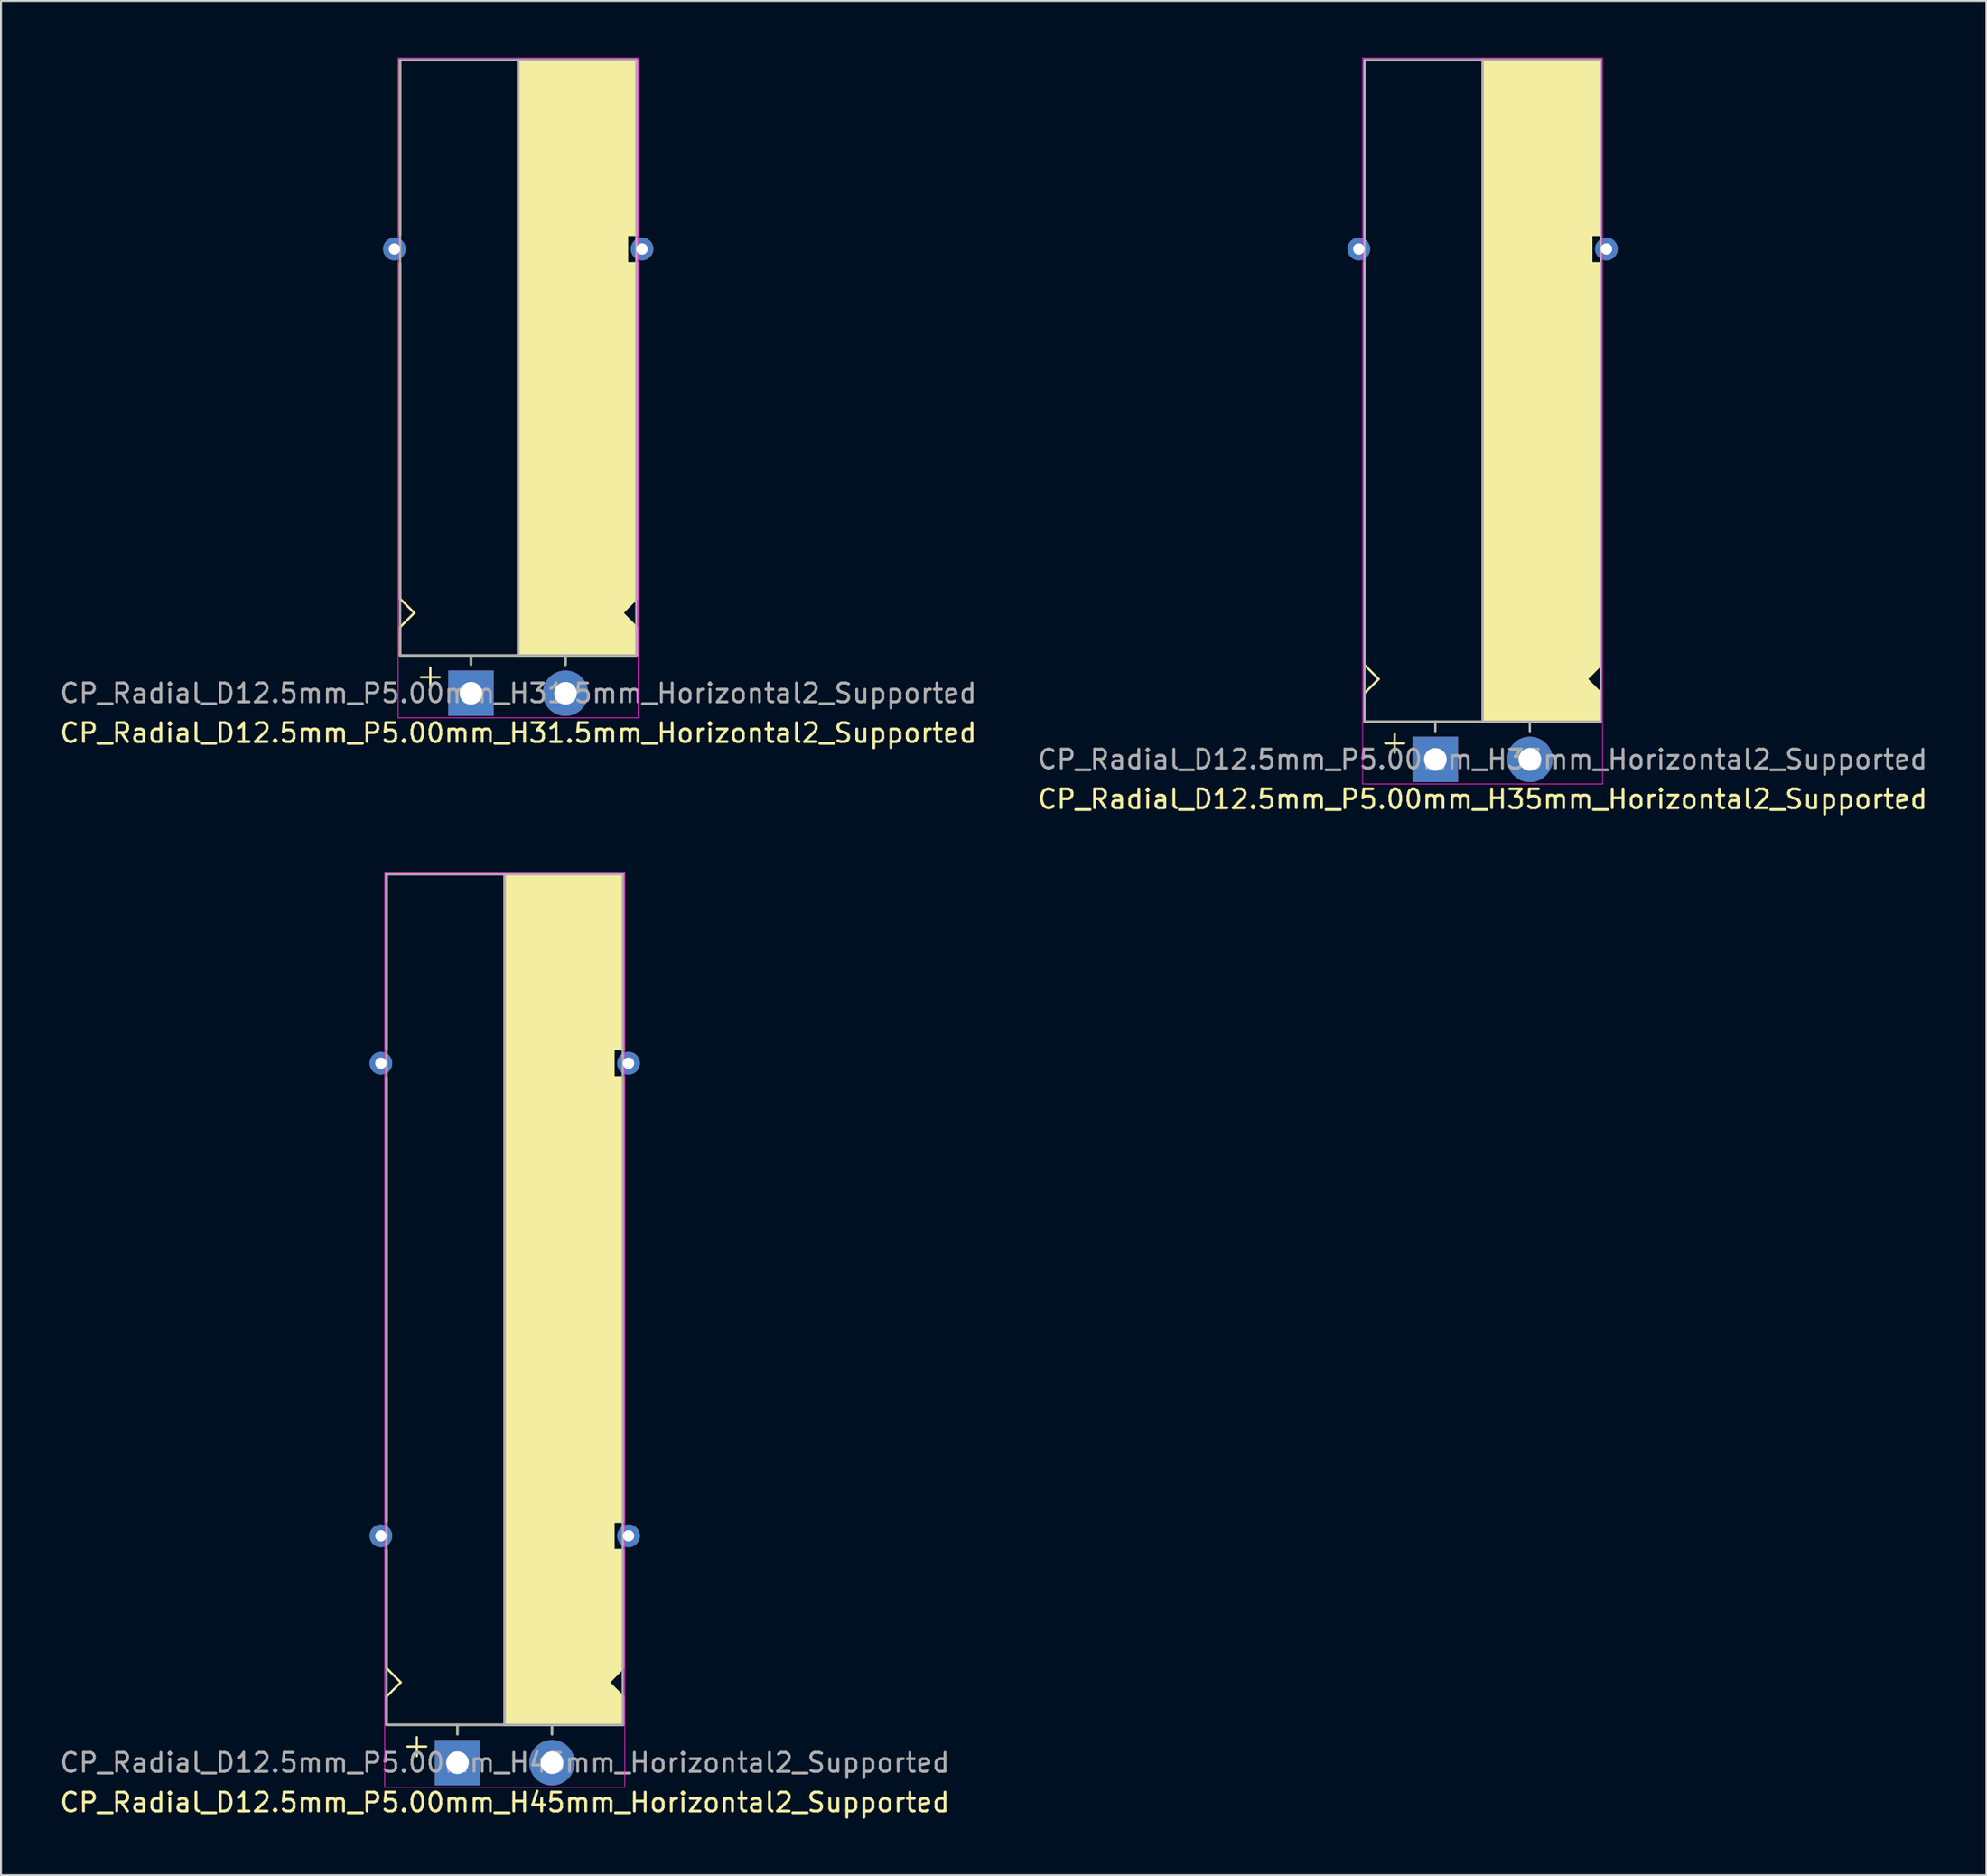
<source format=kicad_pcb>
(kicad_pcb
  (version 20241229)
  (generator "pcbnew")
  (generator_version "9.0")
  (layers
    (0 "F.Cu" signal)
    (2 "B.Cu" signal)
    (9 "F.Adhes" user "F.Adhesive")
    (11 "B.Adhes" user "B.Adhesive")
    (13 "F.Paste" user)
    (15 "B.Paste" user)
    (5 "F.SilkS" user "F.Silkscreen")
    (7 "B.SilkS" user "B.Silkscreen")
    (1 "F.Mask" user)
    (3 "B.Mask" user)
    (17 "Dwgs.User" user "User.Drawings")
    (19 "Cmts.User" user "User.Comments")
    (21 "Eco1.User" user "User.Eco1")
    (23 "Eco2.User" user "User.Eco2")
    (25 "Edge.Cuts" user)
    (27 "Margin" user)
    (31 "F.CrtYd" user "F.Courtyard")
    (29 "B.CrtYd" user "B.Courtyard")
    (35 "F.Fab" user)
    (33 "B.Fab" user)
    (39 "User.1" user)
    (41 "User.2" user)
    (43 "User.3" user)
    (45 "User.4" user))
  (footprint "CP_Radial_D12.5mm_P5.00mm_H31.5mm_Horizontal2_Supported"
    (layer "F.Cu")
    (at 21.863 33.62)
    (property "Reference" "CP_Radial_D12.5mm_P5.00mm_H31.5mm_Horizontal2_Supported" (at 2.5 2.1 180) (layer "F.SilkS") (effects (font (size 1 1) (thickness 0.15))))
    (attr through_hole)
    (fp_line (start -3.75 -33.5) (end -3.75 -24.25) (stroke (width 0.12) (type solid)) (layer "F.SilkS"))
    (fp_line (start -3.75 -5) (end -3.75 -22.75) (stroke (width 0.12) (type solid)) (layer "F.SilkS"))
    (fp_line (start -3.75 -3.5) (end -3 -4.25) (stroke (width 0.12) (type solid)) (layer "F.SilkS"))
    (fp_line (start -3.75 -2) (end -3.75 -3.5) (stroke (width 0.12) (type solid)) (layer "F.SilkS"))
    (fp_line (start -3 -4.25) (end -3.75 -5) (stroke (width 0.12) (type solid)) (layer "F.SilkS"))
    (fp_line (start -2.15 -1.35) (end -2.15 -0.35) (stroke (width 0.12) (type solid)) (layer "F.SilkS"))
    (fp_line (start -1.65 -0.85) (end -2.65 -0.85) (stroke (width 0.12) (type solid)) (layer "F.SilkS"))
    (fp_line (start 0 -1.5) (end 0 -2) (stroke (width 0.12) (type solid)) (layer "F.SilkS"))
    (fp_line (start 2.5 -2) (end -3.75 -2) (stroke (width 0.12) (type solid)) (layer "F.SilkS"))
    (fp_line (start 2.5 -2) (end 2.5 -33.5) (stroke (width 0.12) (type solid)) (layer "F.SilkS"))
    (fp_line (start 2.5 -2) (end 8.75 -2) (stroke (width 0.12) (type solid)) (layer "F.SilkS"))
    (fp_line (start 5 -1.5) (end 5 -2) (stroke (width 0.12) (type solid)) (layer "F.SilkS"))
    (fp_line (start 8 -4.25) (end 8.75 -5) (stroke (width 0.12) (type solid)) (layer "F.SilkS"))
    (fp_line (start 8.25 -24.25) (end 8.25 -22.75) (stroke (width 0.12) (type solid)) (layer "F.SilkS"))
    (fp_line (start 8.25 -22.75) (end 8.75 -22.75) (stroke (width 0.12) (type solid)) (layer "F.SilkS"))
    (fp_line (start 8.75 -33.5) (end -3.75 -33.5) (stroke (width 0.12) (type solid)) (layer "F.SilkS"))
    (fp_line (start 8.75 -33.5) (end 8.75 -24.25) (stroke (width 0.12) (type solid)) (layer "F.SilkS"))
    (fp_line (start 8.75 -24.25) (end 8.25 -24.25) (stroke (width 0.12) (type solid)) (layer "F.SilkS"))
    (fp_line (start 8.75 -5) (end 8.75 -22.75) (stroke (width 0.12) (type solid)) (layer "F.SilkS"))
    (fp_line (start 8.75 -3.5) (end 8 -4.25) (stroke (width 0.12) (type solid)) (layer "F.SilkS"))
    (fp_line (start 8.75 -2) (end 8.75 -3.5) (stroke (width 0.12) (type solid)) (layer "F.SilkS"))
    (fp_poly (pts (xy 8.75 -3.5) (xy 8 -4.25) (xy 8.75 -5) (xy 8.75 -22.75) (xy 8.25 -22.75) (xy 8.25 -24.25) (xy 8.75 -24.25) (xy 8.75 -33.5) (xy 2.5 -33.5) (xy 2.5 -2) (xy 8.75 -2)) (stroke (width 0.1) (type solid)) (fill yes) (layer "F.SilkS"))
    (fp_line (start -3.85 -33.6) (end -3.85 1.3) (stroke (width 0.04) (type solid)) (layer "F.CrtYd"))
    (fp_line (start 8.85 -33.6) (end -3.85 -33.6) (stroke (width 0.04) (type solid)) (layer "F.CrtYd"))
    (fp_line (start 8.85 1.3) (end -3.85 1.3) (stroke (width 0.04) (type solid)) (layer "F.CrtYd"))
    (fp_line (start 8.85 1.3) (end 8.85 -33.6) (stroke (width 0.04) (type solid)) (layer "F.CrtYd"))
    (fp_line (start -3.75 -33.5) (end 8.75 -33.5) (stroke (width 0.12) (type solid)) (layer "F.Fab"))
    (fp_line (start -3.75 -2) (end -3.75 -33.5) (stroke (width 0.12) (type solid)) (layer "F.Fab"))
    (fp_line (start 0 -2) (end -3.75 -2) (stroke (width 0.12) (type solid)) (layer "F.Fab"))
    (fp_line (start 0 -1.5) (end 0 -2) (stroke (width 0.12) (type solid)) (layer "F.Fab"))
    (fp_line (start 2.5 -2) (end 2.5 -33.5) (stroke (width 0.12) (type solid)) (layer "F.Fab"))
    (fp_line (start 5 -2) (end 5 -1.5) (stroke (width 0.12) (type solid)) (layer "F.Fab"))
    (fp_line (start 8.75 -33.5) (end 8.75 -2) (stroke (width 0.12) (type solid)) (layer "F.Fab"))
    (fp_line (start 8.75 -2) (end 0 -2) (stroke (width 0.12) (type solid)) (layer "F.Fab"))
    (fp_poly (pts (xy 8.75 -33.5) (xy 2.5 -33.5) (xy 2.5 -2) (xy 8.75 -2)) (stroke (width 0.1) (type solid)) (fill no) (layer "F.Fab"))
    (fp_text user "${REFERENCE}" (at 2.5 0 0) (layer "F.Fab") (effects (font (size 1 1) (thickness 0.15))))
    (pad "1" thru_hole rect (at 0 0) (size 2.4 2.4) (drill 1.2) (layers "*.Cu" "*.Mask"))
    (pad "2" thru_hole circle (at 5 0) (size 2.4 2.4) (drill 1.2) (layers "*.Cu" "*.Mask"))
    (pad "~" thru_hole circle (at -4.05 -23.5 180) (size 1.2 1.2) (drill 0.6) (layers "*.Cu" "*.Mask"))
    (pad "~" thru_hole circle (at 9.05 -23.5 180) (size 1.2 1.2) (drill 0.6) (layers "*.Cu" "*.Mask")))
  (footprint "CP_Radial_D12.5mm_P5.00mm_H35mm_Horizontal2_Supported"
    (layer "F.Cu")
    (at 72.875 37.12)
    (property "Reference" "CP_Radial_D12.5mm_P5.00mm_H35mm_Horizontal2_Supported" (at 2.5 2.1 180) (layer "F.SilkS") (effects (font (size 1 1) (thickness 0.15))))
    (attr through_hole)
    (fp_line (start -3.75 -37) (end -3.75 -27.75) (stroke (width 0.12) (type solid)) (layer "F.SilkS"))
    (fp_line (start -3.75 -5) (end -3.75 -26.25) (stroke (width 0.12) (type solid)) (layer "F.SilkS"))
    (fp_line (start -3.75 -3.5) (end -3 -4.25) (stroke (width 0.12) (type solid)) (layer "F.SilkS"))
    (fp_line (start -3.75 -2) (end -3.75 -3.5) (stroke (width 0.12) (type solid)) (layer "F.SilkS"))
    (fp_line (start -3 -4.25) (end -3.75 -5) (stroke (width 0.12) (type solid)) (layer "F.SilkS"))
    (fp_line (start -2.15 -1.35) (end -2.15 -0.35) (stroke (width 0.12) (type solid)) (layer "F.SilkS"))
    (fp_line (start -1.65 -0.85) (end -2.65 -0.85) (stroke (width 0.12) (type solid)) (layer "F.SilkS"))
    (fp_line (start 0 -1.5) (end 0 -2) (stroke (width 0.12) (type solid)) (layer "F.SilkS"))
    (fp_line (start 2.5 -2) (end -3.75 -2) (stroke (width 0.12) (type solid)) (layer "F.SilkS"))
    (fp_line (start 2.5 -2) (end 2.5 -37) (stroke (width 0.12) (type solid)) (layer "F.SilkS"))
    (fp_line (start 2.5 -2) (end 8.75 -2) (stroke (width 0.12) (type solid)) (layer "F.SilkS"))
    (fp_line (start 5 -1.5) (end 5 -2) (stroke (width 0.12) (type solid)) (layer "F.SilkS"))
    (fp_line (start 8 -4.25) (end 8.75 -5) (stroke (width 0.12) (type solid)) (layer "F.SilkS"))
    (fp_line (start 8.25 -27.75) (end 8.25 -26.25) (stroke (width 0.12) (type solid)) (layer "F.SilkS"))
    (fp_line (start 8.25 -26.25) (end 8.75 -26.25) (stroke (width 0.12) (type solid)) (layer "F.SilkS"))
    (fp_line (start 8.75 -37) (end -3.75 -37) (stroke (width 0.12) (type solid)) (layer "F.SilkS"))
    (fp_line (start 8.75 -37) (end 8.75 -27.75) (stroke (width 0.12) (type solid)) (layer "F.SilkS"))
    (fp_line (start 8.75 -27.75) (end 8.25 -27.75) (stroke (width 0.12) (type solid)) (layer "F.SilkS"))
    (fp_line (start 8.75 -5) (end 8.75 -26.25) (stroke (width 0.12) (type solid)) (layer "F.SilkS"))
    (fp_line (start 8.75 -3.5) (end 8 -4.25) (stroke (width 0.12) (type solid)) (layer "F.SilkS"))
    (fp_line (start 8.75 -2) (end 8.75 -3.5) (stroke (width 0.12) (type solid)) (layer "F.SilkS"))
    (fp_poly (pts (xy 8.75 -3.5) (xy 8 -4.25) (xy 8.75 -5) (xy 8.75 -26.25) (xy 8.25 -26.25) (xy 8.25 -27.75) (xy 8.75 -27.75) (xy 8.75 -37) (xy 2.5 -37) (xy 2.5 -2) (xy 8.75 -2)) (stroke (width 0.1) (type solid)) (fill yes) (layer "F.SilkS"))
    (fp_line (start -3.85 -37.1) (end -3.85 1.3) (stroke (width 0.04) (type solid)) (layer "F.CrtYd"))
    (fp_line (start 8.85 -37.1) (end -3.85 -37.1) (stroke (width 0.04) (type solid)) (layer "F.CrtYd"))
    (fp_line (start 8.85 1.3) (end -3.85 1.3) (stroke (width 0.04) (type solid)) (layer "F.CrtYd"))
    (fp_line (start 8.85 1.3) (end 8.85 -37.1) (stroke (width 0.04) (type solid)) (layer "F.CrtYd"))
    (fp_line (start -3.75 -37) (end 8.75 -37) (stroke (width 0.12) (type solid)) (layer "F.Fab"))
    (fp_line (start -3.75 -2) (end -3.75 -37) (stroke (width 0.12) (type solid)) (layer "F.Fab"))
    (fp_line (start 0 -2) (end -3.75 -2) (stroke (width 0.12) (type solid)) (layer "F.Fab"))
    (fp_line (start 0 -1.5) (end 0 -2) (stroke (width 0.12) (type solid)) (layer "F.Fab"))
    (fp_line (start 2.5 -2) (end 2.5 -37) (stroke (width 0.12) (type solid)) (layer "F.Fab"))
    (fp_line (start 5 -2) (end 5 -1.5) (stroke (width 0.12) (type solid)) (layer "F.Fab"))
    (fp_line (start 8.75 -37) (end 8.75 -2) (stroke (width 0.12) (type solid)) (layer "F.Fab"))
    (fp_line (start 8.75 -2) (end 0 -2) (stroke (width 0.12) (type solid)) (layer "F.Fab"))
    (fp_poly (pts (xy 8.75 -37) (xy 2.5 -37) (xy 2.5 -2) (xy 8.75 -2)) (stroke (width 0.1) (type solid)) (fill no) (layer "F.Fab"))
    (fp_text user "${REFERENCE}" (at 2.5 0 0) (layer "F.Fab") (effects (font (size 1 1) (thickness 0.15))))
    (pad "1" thru_hole rect (at 0 0) (size 2.4 2.4) (drill 1.2) (layers "*.Cu" "*.Mask"))
    (pad "2" thru_hole circle (at 5 0) (size 2.4 2.4) (drill 1.2) (layers "*.Cu" "*.Mask"))
    (pad "~" thru_hole circle (at -4.05 -27 180) (size 1.2 1.2) (drill 0.6) (layers "*.Cu" "*.Mask"))
    (pad "~" thru_hole circle (at 9.05 -27 180) (size 1.2 1.2) (drill 0.6) (layers "*.Cu" "*.Mask")))
  (footprint "CP_Radial_D12.5mm_P5.00mm_H45mm_Horizontal2_Supported"
    (layer "F.Cu")
    (at 21.149 90.188)
    (property "Reference" "CP_Radial_D12.5mm_P5.00mm_H45mm_Horizontal2_Supported" (at 2.5 2.1 180) (layer "F.SilkS") (effects (font (size 1 1) (thickness 0.15))))
    (attr through_hole)
    (fp_line (start -3.75 -47) (end -3.75 -37.75) (stroke (width 0.12) (type solid)) (layer "F.SilkS"))
    (fp_line (start -3.75 -12.75) (end -3.75 -36.25) (stroke (width 0.12) (type solid)) (layer "F.SilkS"))
    (fp_line (start -3.75 -5) (end -3.75 -11.25) (stroke (width 0.12) (type solid)) (layer "F.SilkS"))
    (fp_line (start -3.75 -3.5) (end -3 -4.25) (stroke (width 0.12) (type solid)) (layer "F.SilkS"))
    (fp_line (start -3.75 -2) (end -3.75 -3.5) (stroke (width 0.12) (type solid)) (layer "F.SilkS"))
    (fp_line (start -3 -4.25) (end -3.75 -5) (stroke (width 0.12) (type solid)) (layer "F.SilkS"))
    (fp_line (start -2.15 -1.35) (end -2.15 -0.35) (stroke (width 0.12) (type solid)) (layer "F.SilkS"))
    (fp_line (start -1.65 -0.85) (end -2.65 -0.85) (stroke (width 0.12) (type solid)) (layer "F.SilkS"))
    (fp_line (start 0 -1.5) (end 0 -2) (stroke (width 0.12) (type solid)) (layer "F.SilkS"))
    (fp_line (start 2.5 -2) (end -3.75 -2) (stroke (width 0.12) (type solid)) (layer "F.SilkS"))
    (fp_line (start 2.5 -2) (end 2.5 -47) (stroke (width 0.12) (type solid)) (layer "F.SilkS"))
    (fp_line (start 2.5 -2) (end 8.75 -2) (stroke (width 0.12) (type solid)) (layer "F.SilkS"))
    (fp_line (start 5 -1.5) (end 5 -2) (stroke (width 0.12) (type solid)) (layer "F.SilkS"))
    (fp_line (start 8 -4.25) (end 8.75 -5) (stroke (width 0.12) (type solid)) (layer "F.SilkS"))
    (fp_line (start 8.25 -37.75) (end 8.25 -36.25) (stroke (width 0.12) (type solid)) (layer "F.SilkS"))
    (fp_line (start 8.25 -36.25) (end 8.75 -36.25) (stroke (width 0.12) (type solid)) (layer "F.SilkS"))
    (fp_line (start 8.25 -12.75) (end 8.25 -11.25) (stroke (width 0.12) (type solid)) (layer "F.SilkS"))
    (fp_line (start 8.25 -11.25) (end 8.75 -11.25) (stroke (width 0.12) (type solid)) (layer "F.SilkS"))
    (fp_line (start 8.75 -47) (end -3.75 -47) (stroke (width 0.12) (type solid)) (layer "F.SilkS"))
    (fp_line (start 8.75 -47) (end 8.75 -37.75) (stroke (width 0.12) (type solid)) (layer "F.SilkS"))
    (fp_line (start 8.75 -37.75) (end 8.25 -37.75) (stroke (width 0.12) (type solid)) (layer "F.SilkS"))
    (fp_line (start 8.75 -12.75) (end 8.25 -12.75) (stroke (width 0.12) (type solid)) (layer "F.SilkS"))
    (fp_line (start 8.75 -12.75) (end 8.75 -36.25) (stroke (width 0.12) (type solid)) (layer "F.SilkS"))
    (fp_line (start 8.75 -5) (end 8.75 -11.25) (stroke (width 0.12) (type solid)) (layer "F.SilkS"))
    (fp_line (start 8.75 -3.5) (end 8 -4.25) (stroke (width 0.12) (type solid)) (layer "F.SilkS"))
    (fp_line (start 8.75 -2) (end 8.75 -3.5) (stroke (width 0.12) (type solid)) (layer "F.SilkS"))
    (fp_poly (pts (xy 8.75 -3.5) (xy 8 -4.25) (xy 8.75 -5) (xy 8.75 -11.25) (xy 8.25 -11.25) (xy 8.25 -12.75) (xy 8.75 -12.75) (xy 8.75 -36.25) (xy 8.25 -36.25) (xy 8.25 -37.75) (xy 8.75 -37.75) (xy 8.75 -47) (xy 2.5 -47) (xy 2.5 -2) (xy 8.75 -2)) (stroke (width 0.1) (type solid)) (fill yes) (layer "F.SilkS"))
    (fp_line (start -3.85 -47.1) (end -3.85 1.3) (stroke (width 0.04) (type solid)) (layer "F.CrtYd"))
    (fp_line (start 8.85 -47.1) (end -3.85 -47.1) (stroke (width 0.04) (type solid)) (layer "F.CrtYd"))
    (fp_line (start 8.85 1.3) (end -3.85 1.3) (stroke (width 0.04) (type solid)) (layer "F.CrtYd"))
    (fp_line (start 8.85 1.3) (end 8.85 -47.1) (stroke (width 0.04) (type solid)) (layer "F.CrtYd"))
    (fp_line (start -3.75 -47) (end 8.75 -47) (stroke (width 0.12) (type solid)) (layer "F.Fab"))
    (fp_line (start -3.75 -2) (end -3.75 -47) (stroke (width 0.12) (type solid)) (layer "F.Fab"))
    (fp_line (start 0 -2) (end -3.75 -2) (stroke (width 0.12) (type solid)) (layer "F.Fab"))
    (fp_line (start 0 -1.5) (end 0 -2) (stroke (width 0.12) (type solid)) (layer "F.Fab"))
    (fp_line (start 2.5 -2) (end 2.5 -47) (stroke (width 0.12) (type solid)) (layer "F.Fab"))
    (fp_line (start 5 -2) (end 5 -1.5) (stroke (width 0.12) (type solid)) (layer "F.Fab"))
    (fp_line (start 8.75 -47) (end 8.75 -2) (stroke (width 0.12) (type solid)) (layer "F.Fab"))
    (fp_line (start 8.75 -2) (end 0 -2) (stroke (width 0.12) (type solid)) (layer "F.Fab"))
    (fp_poly (pts (xy 8.75 -47) (xy 2.5 -47) (xy 2.5 -2) (xy 8.75 -2)) (stroke (width 0.1) (type solid)) (fill no) (layer "F.Fab"))
    (fp_text user "${REFERENCE}" (at 2.5 0 0) (layer "F.Fab") (effects (font (size 1 1) (thickness 0.15))))
    (pad "1" thru_hole rect (at 0 0) (size 2.4 2.4) (drill 1.2) (layers "*.Cu" "*.Mask"))
    (pad "2" thru_hole circle (at 5 0) (size 2.4 2.4) (drill 1.2) (layers "*.Cu" "*.Mask"))
    (pad "~" thru_hole circle (at -4.05 -37 180) (size 1.2 1.2) (drill 0.6) (layers "*.Cu" "*.Mask"))
    (pad "~" thru_hole circle (at -4.05 -12 180) (size 1.2 1.2) (drill 0.6) (layers "*.Cu" "*.Mask"))
    (pad "~" thru_hole circle (at 9.05 -37 180) (size 1.2 1.2) (drill 0.6) (layers "*.Cu" "*.Mask"))
    (pad "~" thru_hole circle (at 9.05 -12 180) (size 1.2 1.2) (drill 0.6) (layers "*.Cu" "*.Mask")))
  (gr_rect
    (start -3 -3)
    (end 102.024 96.136)
    (stroke (width 0.1) (type default))
    (fill no)
    (layer "Edge.Cuts")))
</source>
